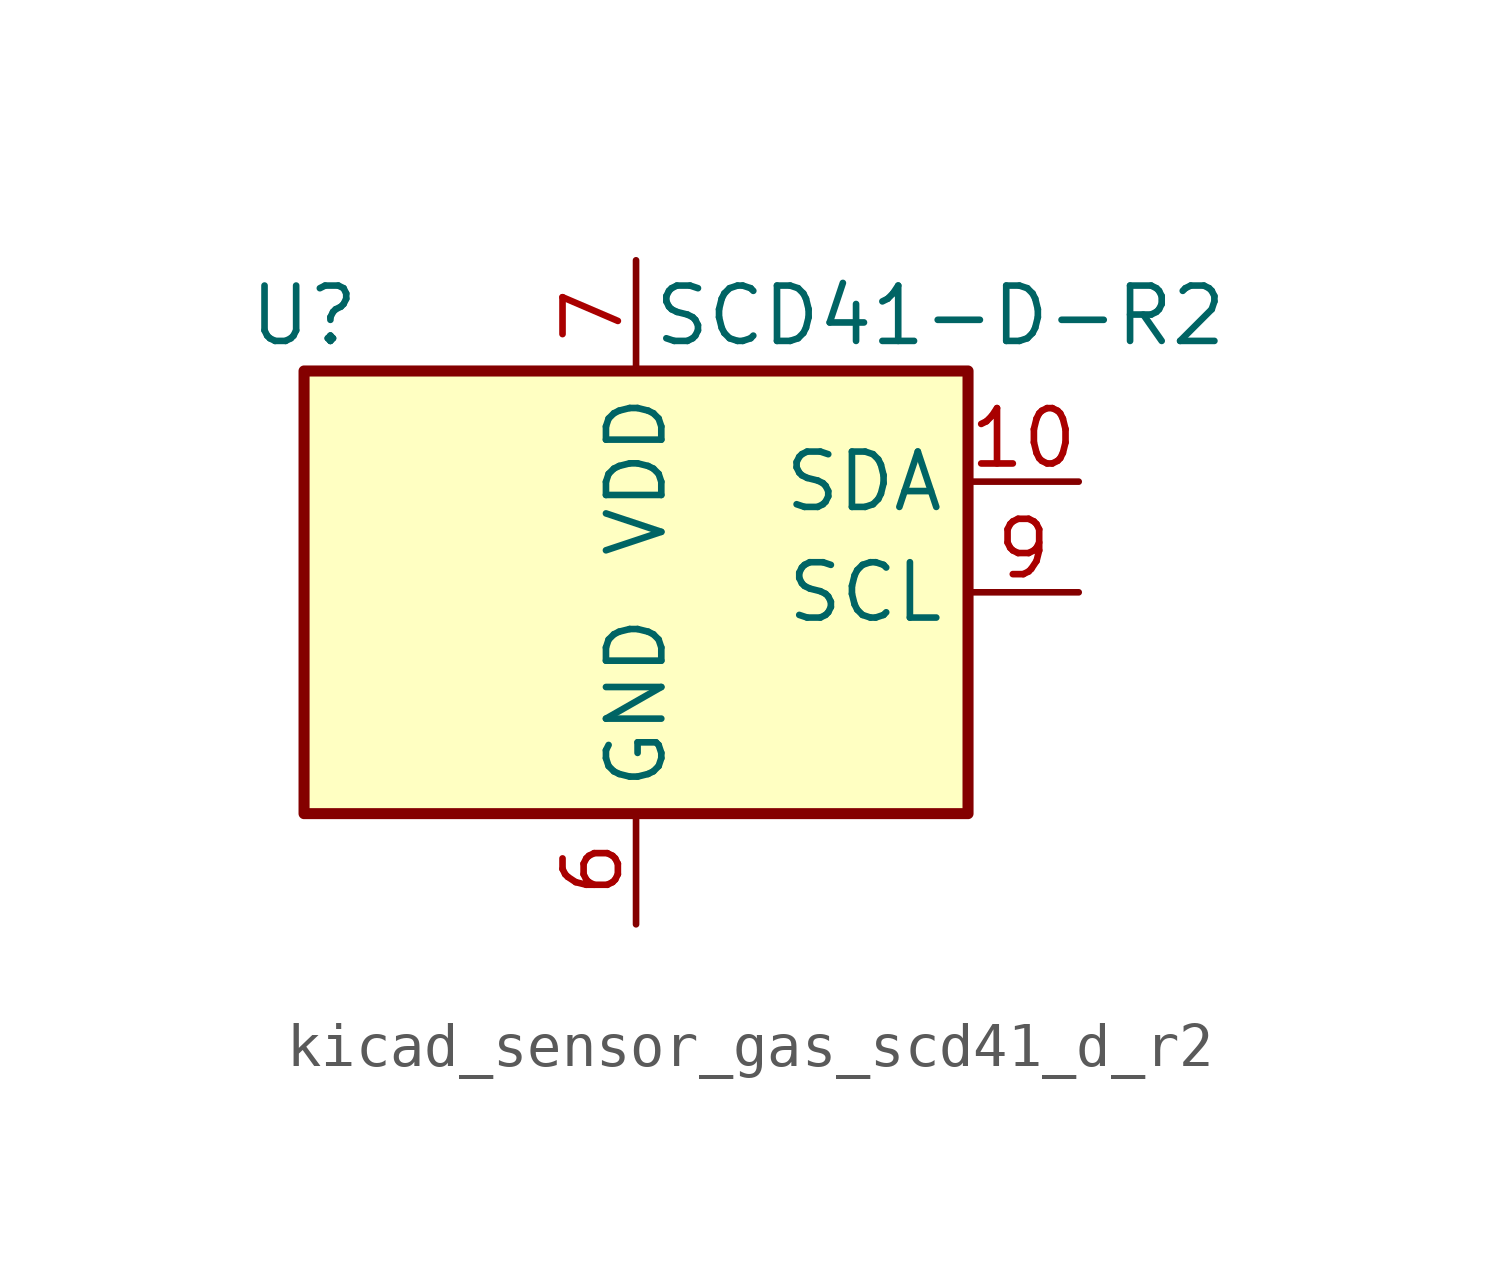
<source format=kicad_sym>
(kicad_symbol_lib
  (version 20220914)
  (generator kicad_symbol_editor)
  (symbol "kicad_sensor_gas_scd41_d_r2"
    (property "Reference" "U"
      (at -7.62 6.35 0)
      (effects (font (size 1.27 1.27))))
    (property "Value" "SCD41-D-R2"
      (at 6.985 6.35 0)
      (effects (font (size 1.27 1.27))))
    (symbol "kicad_sensor_gas_scd41_d_r2_0_1"
      (rectangle (start 7.62 5.08) (end -7.62 -5.08) (stroke (width 0.254) (type default)) (fill (type background))))
    (symbol "kicad_sensor_gas_scd41_d_r2_1_1"
      (pin bidirectional line (at 10.16 2.54 180) (length 2.54) (name "SDA" (effects (font (size 1.27 1.27)))) (number "10" (effects (font (size 1.27 1.27)))))
      (pin passive line (at 0 7.62 270) (length 2.54) hide (name "VDD" (effects (font (size 1.27 1.27)))) (number "19" (effects (font (size 1.27 1.27)))))
      (pin passive line (at 0 -7.62 90) (length 2.54) hide (name "GND" (effects (font (size 1.27 1.27)))) (number "20" (effects (font (size 1.27 1.27)))))
      (pin passive line (at 0 -7.62 90) (length 2.54) hide (name "GND" (effects (font (size 1.27 1.27)))) (number "21" (effects (font (size 1.27 1.27)))))
      (pin power_in line (at 0 -7.62 90) (length 2.54) (name "GND" (effects (font (size 1.27 1.27)))) (number "6" (effects (font (size 1.27 1.27)))))
      (pin power_in line (at 0 7.62 270) (length 2.54) (name "VDD" (effects (font (size 1.27 1.27)))) (number "7" (effects (font (size 1.27 1.27)))))
      (pin input line (at 10.16 0 180) (length 2.54) (name "SCL" (effects (font (size 1.27 1.27)))) (number "9" (effects (font (size 1.27 1.27))))))))
</source>
